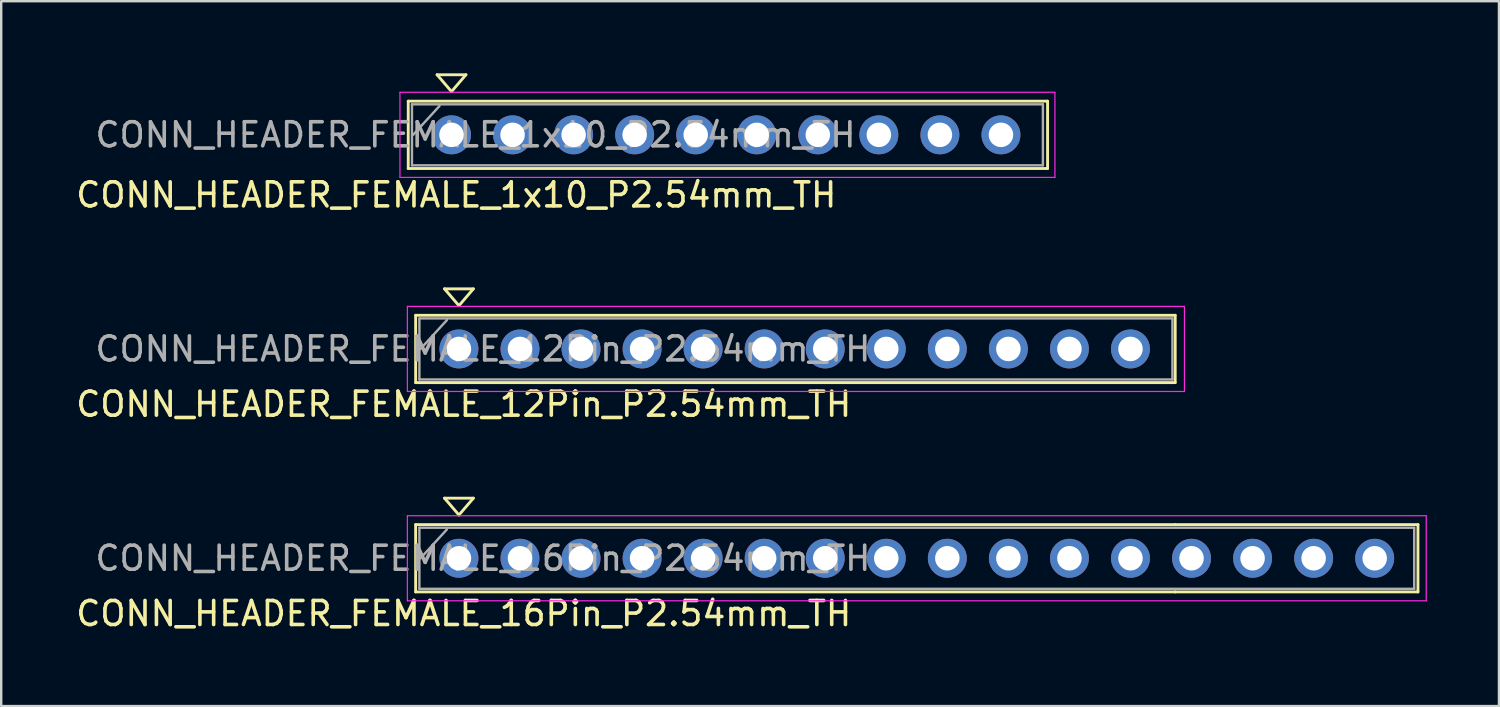
<source format=kicad_pcb>
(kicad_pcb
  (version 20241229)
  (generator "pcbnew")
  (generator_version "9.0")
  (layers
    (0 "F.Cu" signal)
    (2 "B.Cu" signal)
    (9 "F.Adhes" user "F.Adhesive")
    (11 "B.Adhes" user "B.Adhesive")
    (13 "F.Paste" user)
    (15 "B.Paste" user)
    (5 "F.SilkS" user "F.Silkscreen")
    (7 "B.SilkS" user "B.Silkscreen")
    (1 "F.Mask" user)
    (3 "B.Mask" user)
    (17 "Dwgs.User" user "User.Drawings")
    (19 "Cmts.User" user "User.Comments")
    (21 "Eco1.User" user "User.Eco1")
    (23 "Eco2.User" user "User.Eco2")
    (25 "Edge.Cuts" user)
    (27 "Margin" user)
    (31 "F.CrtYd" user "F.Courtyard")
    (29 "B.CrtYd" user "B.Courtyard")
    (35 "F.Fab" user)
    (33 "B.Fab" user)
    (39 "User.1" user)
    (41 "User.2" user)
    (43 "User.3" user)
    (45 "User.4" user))
  (footprint "CONN_HEADER_FEMALE_12Pin_P2.54mm_TH"
    (layer "F.Cu")
    (at 16.044 11.468)
    (property "Reference" "CONN_HEADER_FEMALE_12Pin_P2.54mm_TH" (at 0.2 2.3 0) (layer "F.SilkS") (effects (font (size 1 1) (thickness 0.15))))
    (attr through_hole)
    (fp_line (start -1.8 -1.4) (end 29.8 -1.4) (stroke (width 0.12) (type solid)) (layer "F.SilkS"))
    (fp_line (start -1.8 1.4) (end -1.8 -1.4) (stroke (width 0.12) (type solid)) (layer "F.SilkS"))
    (fp_line (start -0.6 -2.5) (end 0.6 -2.5) (stroke (width 0.12) (type solid)) (layer "F.SilkS"))
    (fp_line (start 0 -1.8) (end -0.6 -2.5) (stroke (width 0.12) (type solid)) (layer "F.SilkS"))
    (fp_line (start 0.6 -2.5) (end 0 -1.8) (stroke (width 0.12) (type solid)) (layer "F.SilkS"))
    (fp_line (start 29.8 -1.4) (end 29.8 1.4) (stroke (width 0.12) (type solid)) (layer "F.SilkS"))
    (fp_line (start 29.8 1.4) (end -1.8 1.4) (stroke (width 0.12) (type solid)) (layer "F.SilkS"))
    (fp_line (start -2.145 -1.77) (end -2.145 1.77) (stroke (width 0.05) (type solid)) (layer "F.CrtYd"))
    (fp_line (start -2.145 -1.77) (end 30.185 -1.77) (stroke (width 0.05) (type solid)) (layer "F.CrtYd"))
    (fp_line (start -2.145 1.77) (end 30.185 1.77) (stroke (width 0.05) (type solid)) (layer "F.CrtYd"))
    (fp_line (start 30.185 1.77) (end 30.185 -1.77) (stroke (width 0.05) (type solid)) (layer "F.CrtYd"))
    (fp_line (start -1.645 -1.27) (end -1.645 1.27) (stroke (width 0.1) (type solid)) (layer "F.Fab"))
    (fp_line (start -1.645 -1.27) (end 29.685 -1.27) (stroke (width 0.1) (type solid)) (layer "F.Fab"))
    (fp_line (start -1.645 1.27) (end 29.685 1.27) (stroke (width 0.1) (type solid)) (layer "F.Fab"))
    (fp_line (start -1.6 0) (end -0.5 -1.2) (stroke (width 0.1) (type solid)) (layer "F.Fab"))
    (fp_line (start 29.685 1.27) (end 29.685 -1.27) (stroke (width 0.1) (type solid)) (layer "F.Fab"))
    (fp_text user "${REFERENCE}" (at 1 0 0) (layer "F.Fab") (effects (font (size 1 1) (thickness 0.15))))
    (pad "1" thru_hole circle (at 0 0) (size 1.62 1.62) (drill 1.02) (layers "*.Cu" "*.Mask"))
    (pad "2" thru_hole circle (at 2.54 0) (size 1.62 1.62) (drill 1.02) (layers "*.Cu" "*.Mask"))
    (pad "3" thru_hole circle (at 5.08 0) (size 1.62 1.62) (drill 1.02) (layers "*.Cu" "*.Mask"))
    (pad "4" thru_hole circle (at 7.62 0) (size 1.62 1.62) (drill 1.02) (layers "*.Cu" "*.Mask"))
    (pad "5" thru_hole circle (at 10.16 0) (size 1.62 1.62) (drill 1.02) (layers "*.Cu" "*.Mask"))
    (pad "6" thru_hole circle (at 12.7 0) (size 1.62 1.62) (drill 1.02) (layers "*.Cu" "*.Mask"))
    (pad "7" thru_hole circle (at 15.24 0) (size 1.62 1.62) (drill 1.02) (layers "*.Cu" "*.Mask"))
    (pad "8" thru_hole circle (at 17.78 0) (size 1.62 1.62) (drill 1.02) (layers "*.Cu" "*.Mask"))
    (pad "9" thru_hole circle (at 20.32 0) (size 1.62 1.62) (drill 1.02) (layers "*.Cu" "*.Mask"))
    (pad "10" thru_hole circle (at 22.86 0) (size 1.62 1.62) (drill 1.02) (layers "*.Cu" "*.Mask"))
    (pad "11" thru_hole circle (at 25.4 0) (size 1.62 1.62) (drill 1.02) (layers "*.Cu" "*.Mask"))
    (pad "12" thru_hole circle (at 27.94 0) (size 1.62 1.62) (drill 1.02) (layers "*.Cu" "*.Mask")))
  (footprint "CONN_HEADER_FEMALE_1x10_P2.54mm_TH"
    (layer "F.Cu")
    (at 15.735 2.56)
    (property "Reference" "CONN_HEADER_FEMALE_1x10_P2.54mm_TH" (at 0.2 2.5 0) (layer "F.SilkS") (effects (font (size 1 1) (thickness 0.15))))
    (attr through_hole)
    (fp_line (start -1.8 -1.4) (end 24.8 -1.4) (stroke (width 0.12) (type solid)) (layer "F.SilkS"))
    (fp_line (start -1.8 1.4) (end -1.8 -1.4) (stroke (width 0.12) (type solid)) (layer "F.SilkS"))
    (fp_line (start -0.6 -2.5) (end 0.6 -2.5) (stroke (width 0.12) (type solid)) (layer "F.SilkS"))
    (fp_line (start 0 -1.8) (end -0.6 -2.5) (stroke (width 0.12) (type solid)) (layer "F.SilkS"))
    (fp_line (start 0.6 -2.5) (end 0 -1.8) (stroke (width 0.12) (type solid)) (layer "F.SilkS"))
    (fp_line (start 24.8 -1.4) (end 24.8 1.4) (stroke (width 0.12) (type solid)) (layer "F.SilkS"))
    (fp_line (start 24.8 1.4) (end -1.8 1.4) (stroke (width 0.12) (type solid)) (layer "F.SilkS"))
    (fp_line (start -2.145 -1.77) (end -2.145 1.77) (stroke (width 0.05) (type solid)) (layer "F.CrtYd"))
    (fp_line (start -2.145 -1.77) (end 25.105 -1.77) (stroke (width 0.05) (type solid)) (layer "F.CrtYd"))
    (fp_line (start -2.145 1.77) (end 25.105 1.77) (stroke (width 0.05) (type solid)) (layer "F.CrtYd"))
    (fp_line (start 25.105 1.77) (end 25.105 -1.77) (stroke (width 0.05) (type solid)) (layer "F.CrtYd"))
    (fp_line (start -1.645 -1.27) (end -1.645 1.27) (stroke (width 0.1) (type solid)) (layer "F.Fab"))
    (fp_line (start -1.645 -1.27) (end 24.605 -1.27) (stroke (width 0.1) (type solid)) (layer "F.Fab"))
    (fp_line (start -1.645 1.27) (end 24.605 1.27) (stroke (width 0.1) (type solid)) (layer "F.Fab"))
    (fp_line (start -1.6 0) (end -0.5 -1.2) (stroke (width 0.1) (type solid)) (layer "F.Fab"))
    (fp_line (start 24.605 1.27) (end 24.605 -1.27) (stroke (width 0.1) (type solid)) (layer "F.Fab"))
    (fp_text user "${REFERENCE}" (at 1 0 0) (layer "F.Fab") (effects (font (size 1 1) (thickness 0.15))))
    (pad "1" thru_hole circle (at 0 0) (size 1.62 1.62) (drill 1.02) (layers "*.Cu" "*.Mask"))
    (pad "2" thru_hole circle (at 2.54 0) (size 1.62 1.62) (drill 1.02) (layers "*.Cu" "*.Mask"))
    (pad "3" thru_hole circle (at 5.08 0) (size 1.62 1.62) (drill 1.02) (layers "*.Cu" "*.Mask"))
    (pad "4" thru_hole circle (at 7.62 0) (size 1.62 1.62) (drill 1.02) (layers "*.Cu" "*.Mask"))
    (pad "5" thru_hole circle (at 10.16 0) (size 1.62 1.62) (drill 1.02) (layers "*.Cu" "*.Mask"))
    (pad "6" thru_hole circle (at 12.7 0) (size 1.62 1.62) (drill 1.02) (layers "*.Cu" "*.Mask"))
    (pad "7" thru_hole circle (at 15.24 0) (size 1.62 1.62) (drill 1.02) (layers "*.Cu" "*.Mask"))
    (pad "8" thru_hole circle (at 17.78 0) (size 1.62 1.62) (drill 1.02) (layers "*.Cu" "*.Mask"))
    (pad "9" thru_hole circle (at 20.32 0) (size 1.62 1.62) (drill 1.02) (layers "*.Cu" "*.Mask"))
    (pad "10" thru_hole circle (at 22.86 0) (size 1.62 1.62) (drill 1.02) (layers "*.Cu" "*.Mask")))
  (footprint "CONN_HEADER_FEMALE_16Pin_P2.54mm_TH"
    (layer "F.Cu")
    (at 16.044 20.177)
    (property "Reference" "CONN_HEADER_FEMALE_16Pin_P2.54mm_TH" (at 0.2 2.3 0) (layer "F.SilkS") (effects (font (size 1 1) (thickness 0.15))))
    (attr through_hole)
    (fp_line (start -1.8 -1.4) (end 29.8 -1.4) (stroke (width 0.12) (type solid)) (layer "F.SilkS"))
    (fp_line (start -1.8 1.4) (end -1.8 -1.4) (stroke (width 0.12) (type solid)) (layer "F.SilkS"))
    (fp_line (start -0.6 -2.5) (end 0.6 -2.5) (stroke (width 0.12) (type solid)) (layer "F.SilkS"))
    (fp_line (start 0 -1.8) (end -0.6 -2.5) (stroke (width 0.12) (type solid)) (layer "F.SilkS"))
    (fp_line (start 0.6 -2.5) (end 0 -1.8) (stroke (width 0.12) (type solid)) (layer "F.SilkS"))
    (fp_line (start 29.8 1.4) (end -1.8 1.4) (stroke (width 0.12) (type solid)) (layer "F.SilkS"))
    (fp_line (start 29.8 1.4) (end 39.9 1.4) (stroke (width 0.12) (type solid)) (layer "F.SilkS"))
    (fp_line (start 39.9 -1.4) (end 29.8 -1.4) (stroke (width 0.12) (type solid)) (layer "F.SilkS"))
    (fp_line (start 39.9 -1.4) (end 39.9 1.4) (stroke (width 0.12) (type solid)) (layer "F.SilkS"))
    (fp_line (start -2.145 -1.77) (end -2.145 1.77) (stroke (width 0.05) (type solid)) (layer "F.CrtYd"))
    (fp_line (start -2.145 -1.77) (end 40.245 -1.77) (stroke (width 0.05) (type solid)) (layer "F.CrtYd"))
    (fp_line (start -2.145 1.77) (end 40.245 1.77) (stroke (width 0.05) (type solid)) (layer "F.CrtYd"))
    (fp_line (start 40.245 1.77) (end 40.245 -1.77) (stroke (width 0.05) (type solid)) (layer "F.CrtYd"))
    (fp_line (start -1.645 -1.27) (end -1.645 1.27) (stroke (width 0.1) (type solid)) (layer "F.Fab"))
    (fp_line (start -1.645 -1.27) (end 39.745 -1.27) (stroke (width 0.1) (type solid)) (layer "F.Fab"))
    (fp_line (start -1.645 1.27) (end 39.745 1.27) (stroke (width 0.1) (type solid)) (layer "F.Fab"))
    (fp_line (start -1.6 0) (end -0.5 -1.2) (stroke (width 0.1) (type solid)) (layer "F.Fab"))
    (fp_line (start 39.745 1.27) (end 39.745 -1.27) (stroke (width 0.1) (type solid)) (layer "F.Fab"))
    (fp_text user "${REFERENCE}" (at 1 0 0) (layer "F.Fab") (effects (font (size 1 1) (thickness 0.15))))
    (pad "1" thru_hole circle (at 0 0) (size 1.62 1.62) (drill 1.02) (layers "*.Cu" "*.Mask"))
    (pad "2" thru_hole circle (at 2.54 0) (size 1.62 1.62) (drill 1.02) (layers "*.Cu" "*.Mask"))
    (pad "3" thru_hole circle (at 5.08 0) (size 1.62 1.62) (drill 1.02) (layers "*.Cu" "*.Mask"))
    (pad "4" thru_hole circle (at 7.62 0) (size 1.62 1.62) (drill 1.02) (layers "*.Cu" "*.Mask"))
    (pad "5" thru_hole circle (at 10.16 0) (size 1.62 1.62) (drill 1.02) (layers "*.Cu" "*.Mask"))
    (pad "6" thru_hole circle (at 12.7 0) (size 1.62 1.62) (drill 1.02) (layers "*.Cu" "*.Mask"))
    (pad "7" thru_hole circle (at 15.24 0) (size 1.62 1.62) (drill 1.02) (layers "*.Cu" "*.Mask"))
    (pad "8" thru_hole circle (at 17.78 0) (size 1.62 1.62) (drill 1.02) (layers "*.Cu" "*.Mask"))
    (pad "9" thru_hole circle (at 20.32 0) (size 1.62 1.62) (drill 1.02) (layers "*.Cu" "*.Mask"))
    (pad "10" thru_hole circle (at 22.86 0) (size 1.62 1.62) (drill 1.02) (layers "*.Cu" "*.Mask"))
    (pad "11" thru_hole circle (at 25.4 0) (size 1.62 1.62) (drill 1.02) (layers "*.Cu" "*.Mask"))
    (pad "12" thru_hole circle (at 27.94 0) (size 1.62 1.62) (drill 1.02) (layers "*.Cu" "*.Mask"))
    (pad "13" thru_hole circle (at 30.48 0) (size 1.62 1.62) (drill 1.02) (layers "*.Cu" "*.Mask"))
    (pad "14" thru_hole circle (at 33.02 0) (size 1.62 1.62) (drill 1.02) (layers "*.Cu" "*.Mask"))
    (pad "15" thru_hole circle (at 35.56 0) (size 1.62 1.62) (drill 1.02) (layers "*.Cu" "*.Mask"))
    (pad "16" thru_hole circle (at 38.1 0) (size 1.62 1.62) (drill 1.02) (layers "*.Cu" "*.Mask")))
  (gr_rect
    (start -3 -3)
    (end 59.314 26.325)
    (stroke (width 0.1) (type default))
    (fill no)
    (layer "Edge.Cuts")))
</source>
